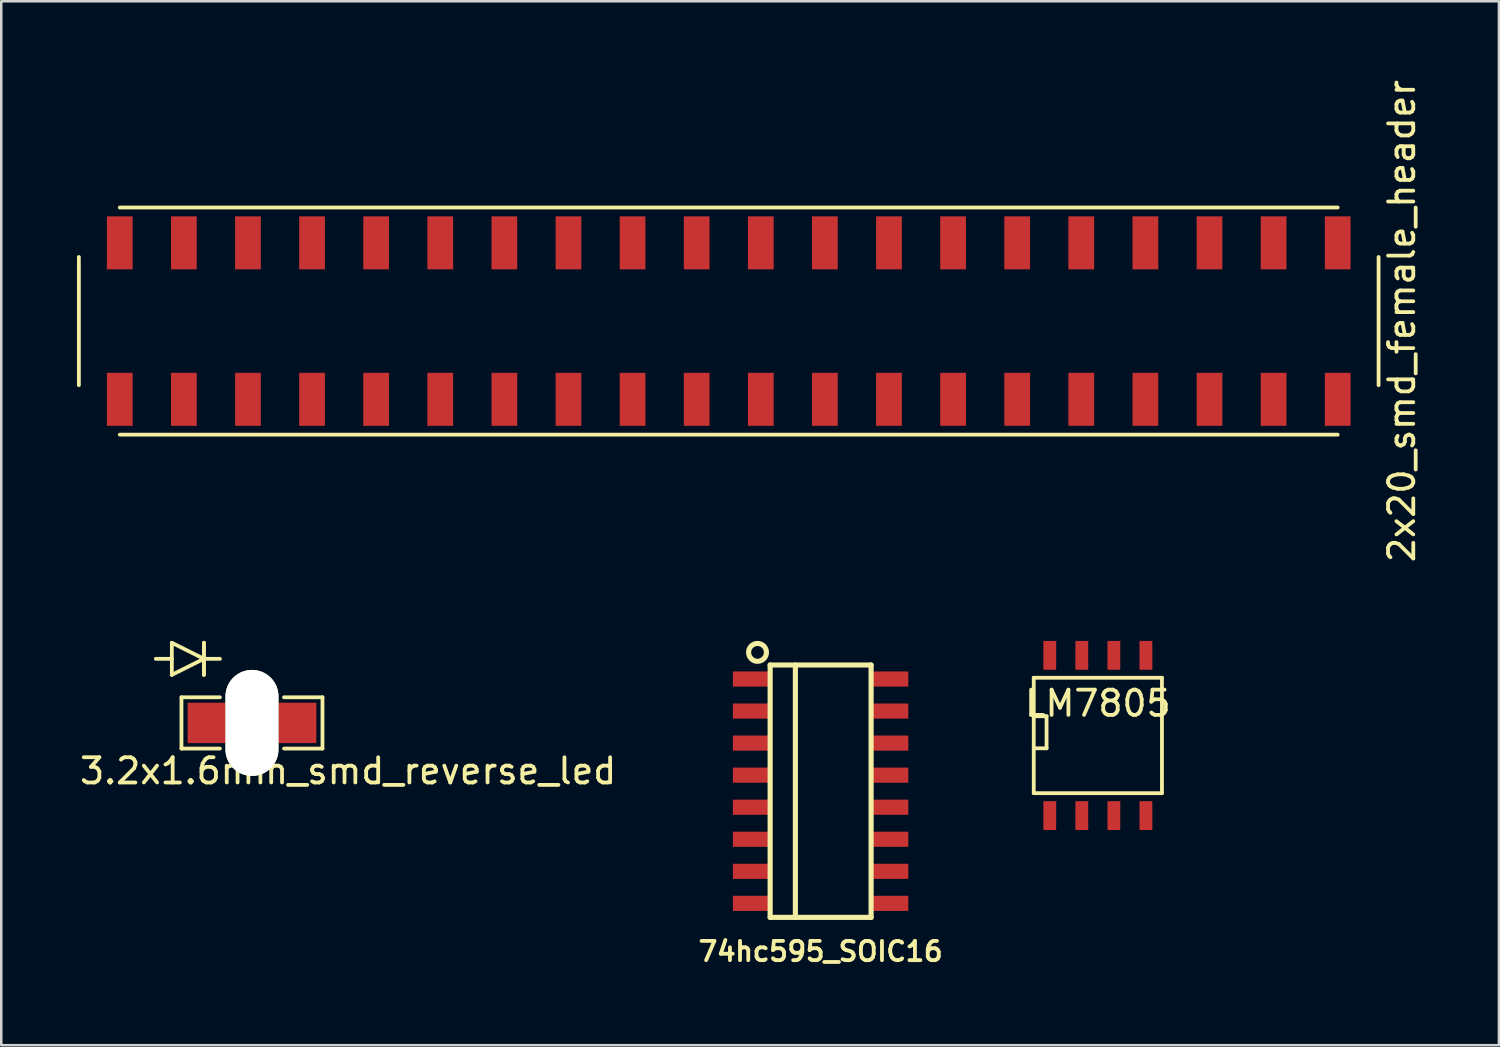
<source format=kicad_pcb>
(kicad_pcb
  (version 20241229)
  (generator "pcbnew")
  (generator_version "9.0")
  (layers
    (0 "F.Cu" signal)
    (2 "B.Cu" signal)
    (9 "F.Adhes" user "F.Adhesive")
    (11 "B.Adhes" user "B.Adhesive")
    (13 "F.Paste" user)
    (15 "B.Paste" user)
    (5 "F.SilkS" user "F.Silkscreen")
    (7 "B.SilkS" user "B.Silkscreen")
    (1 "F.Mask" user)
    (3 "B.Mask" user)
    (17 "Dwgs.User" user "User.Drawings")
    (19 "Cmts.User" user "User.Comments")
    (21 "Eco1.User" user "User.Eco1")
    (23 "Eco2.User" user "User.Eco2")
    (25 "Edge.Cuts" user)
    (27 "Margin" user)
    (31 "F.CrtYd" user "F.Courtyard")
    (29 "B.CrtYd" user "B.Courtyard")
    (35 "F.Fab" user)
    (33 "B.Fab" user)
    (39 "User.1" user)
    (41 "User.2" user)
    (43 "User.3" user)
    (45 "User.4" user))
  (footprint "74hc595_SOIC16"
    (layer "F.Cu")
    (at 29.466 28.3)
    (property "Reference" "74hc595_SOIC16" (at 0 6.35 0) (layer "F.SilkS") (effects (font (size 0.762 0.762) (thickness 0.152))))
    (attr smd)
    (fp_line (start -2 -5) (end -2 5) (stroke (width 0.203) (type solid)) (layer "F.SilkS"))
    (fp_line (start -2 5) (end 2 5) (stroke (width 0.203) (type solid)) (layer "F.SilkS"))
    (fp_line (start -1 -5) (end -1 5) (stroke (width 0.203) (type solid)) (layer "F.SilkS"))
    (fp_line (start 2 -5) (end -2 -5) (stroke (width 0.203) (type solid)) (layer "F.SilkS"))
    (fp_line (start 2 5) (end 2 -5) (stroke (width 0.203) (type solid)) (layer "F.SilkS"))
    (fp_circle (center -2.5 -5.5) (end -2.25 -5.25) (stroke (width 0.203) (type solid)) (fill no) (layer "F.SilkS"))
    (pad "1" smd rect (at -2.7 -4.445) (size 1.55 0.6) (layers "F.Cu" "F.Mask" "F.Paste"))
    (pad "2" smd rect (at -2.7 -3.175) (size 1.55 0.6) (layers "F.Cu" "F.Mask" "F.Paste"))
    (pad "3" smd rect (at -2.7 -1.905) (size 1.55 0.6) (layers "F.Cu" "F.Mask" "F.Paste"))
    (pad "4" smd rect (at -2.7 -0.635) (size 1.55 0.6) (layers "F.Cu" "F.Mask" "F.Paste"))
    (pad "5" smd rect (at -2.7 0.635) (size 1.55 0.6) (layers "F.Cu" "F.Mask" "F.Paste"))
    (pad "6" smd rect (at -2.7 1.905) (size 1.55 0.6) (layers "F.Cu" "F.Mask" "F.Paste"))
    (pad "7" smd rect (at -2.7 3.175) (size 1.55 0.6) (layers "F.Cu" "F.Mask" "F.Paste"))
    (pad "8" smd rect (at -2.7 4.445) (size 1.55 0.6) (layers "F.Cu" "F.Mask" "F.Paste"))
    (pad "9" smd rect (at 2.7 4.445) (size 1.55 0.6) (layers "F.Cu" "F.Mask" "F.Paste"))
    (pad "10" smd rect (at 2.7 3.175) (size 1.55 0.6) (layers "F.Cu" "F.Mask" "F.Paste"))
    (pad "11" smd rect (at 2.7 1.905) (size 1.55 0.6) (layers "F.Cu" "F.Mask" "F.Paste"))
    (pad "12" smd rect (at 2.7 0.635) (size 1.55 0.6) (layers "F.Cu" "F.Mask" "F.Paste"))
    (pad "13" smd rect (at 2.7 -0.635) (size 1.55 0.6) (layers "F.Cu" "F.Mask" "F.Paste"))
    (pad "14" smd rect (at 2.7 -1.905) (size 1.55 0.6) (layers "F.Cu" "F.Mask" "F.Paste"))
    (pad "15" smd rect (at 2.7 -3.175) (size 1.55 0.6) (layers "F.Cu" "F.Mask" "F.Paste"))
    (pad "16" smd rect (at 2.7 -4.445) (size 1.55 0.6) (layers "F.Cu" "F.Mask" "F.Paste")))
  (footprint "2x20_smd_female_header"
    (layer "F.Cu")
    (at 25.825 9.673)
    (property "Reference" "2x20_smd_female_header" (at 26.67 0 90) (layer "F.SilkS") (effects (font (size 1 1) (thickness 0.15))))
    (attr through_hole)
    (fp_line (start -25.75 -2.54) (end -25.75 2.54) (stroke (width 0.15) (type solid)) (layer "F.SilkS"))
    (fp_line (start 24.13 -4.5) (end -24.13 -4.5) (stroke (width 0.15) (type solid)) (layer "F.SilkS"))
    (fp_line (start 24.13 4.5) (end -24.13 4.5) (stroke (width 0.15) (type solid)) (layer "F.SilkS"))
    (fp_line (start 25.75 -2.54) (end 25.75 2.54) (stroke (width 0.15) (type solid)) (layer "F.SilkS"))
    (pad "1" smd rect (at -24.13 3.1) (size 1.02 2.1) (layers "F.Cu" "F.Mask" "F.Paste"))
    (pad "2" smd rect (at -21.59 3.1) (size 1.02 2.1) (layers "F.Cu" "F.Mask" "F.Paste"))
    (pad "3" smd rect (at -19.05 3.1) (size 1.02 2.1) (layers "F.Cu" "F.Mask" "F.Paste"))
    (pad "4" smd rect (at -16.51 3.1) (size 1.02 2.1) (layers "F.Cu" "F.Mask" "F.Paste"))
    (pad "5" smd rect (at -13.97 3.1) (size 1.02 2.1) (layers "F.Cu" "F.Mask" "F.Paste"))
    (pad "6" smd rect (at -11.43 3.1) (size 1.02 2.1) (layers "F.Cu" "F.Mask" "F.Paste"))
    (pad "7" smd rect (at -8.89 3.1) (size 1.02 2.1) (layers "F.Cu" "F.Mask" "F.Paste"))
    (pad "8" smd rect (at -6.35 3.1) (size 1.02 2.1) (layers "F.Cu" "F.Mask" "F.Paste"))
    (pad "9" smd rect (at -3.81 3.1) (size 1.02 2.1) (layers "F.Cu" "F.Mask" "F.Paste"))
    (pad "10" smd rect (at -1.27 3.1) (size 1.02 2.1) (layers "F.Cu" "F.Mask" "F.Paste"))
    (pad "11" smd rect (at 1.27 3.1) (size 1.02 2.1) (layers "F.Cu" "F.Mask" "F.Paste"))
    (pad "12" smd rect (at 3.81 3.1) (size 1.02 2.1) (layers "F.Cu" "F.Mask" "F.Paste"))
    (pad "13" smd rect (at 6.35 3.1) (size 1.02 2.1) (layers "F.Cu" "F.Mask" "F.Paste"))
    (pad "14" smd rect (at 8.89 3.1) (size 1.02 2.1) (layers "F.Cu" "F.Mask" "F.Paste"))
    (pad "15" smd rect (at 11.43 3.1) (size 1.02 2.1) (layers "F.Cu" "F.Mask" "F.Paste"))
    (pad "16" smd rect (at 13.97 3.1) (size 1.02 2.1) (layers "F.Cu" "F.Mask" "F.Paste"))
    (pad "17" smd rect (at 16.51 3.1) (size 1.02 2.1) (layers "F.Cu" "F.Mask" "F.Paste"))
    (pad "18" smd rect (at 19.05 3.1) (size 1.02 2.1) (layers "F.Cu" "F.Mask" "F.Paste"))
    (pad "19" smd rect (at 21.59 3.1) (size 1.02 2.1) (layers "F.Cu" "F.Mask" "F.Paste"))
    (pad "20" smd rect (at 24.13 3.1) (size 1.02 2.1) (layers "F.Cu" "F.Mask" "F.Paste"))
    (pad "21" smd rect (at 24.13 -3.1) (size 1.02 2.1) (layers "F.Cu" "F.Mask" "F.Paste"))
    (pad "22" smd rect (at 21.59 -3.1) (size 1.02 2.1) (layers "F.Cu" "F.Mask" "F.Paste"))
    (pad "23" smd rect (at 19.05 -3.1) (size 1.02 2.1) (layers "F.Cu" "F.Mask" "F.Paste"))
    (pad "24" smd rect (at 16.51 -3.1) (size 1.02 2.1) (layers "F.Cu" "F.Mask" "F.Paste"))
    (pad "25" smd rect (at 13.97 -3.1) (size 1.02 2.1) (layers "F.Cu" "F.Mask" "F.Paste"))
    (pad "26" smd rect (at 11.43 -3.1) (size 1.02 2.1) (layers "F.Cu" "F.Mask" "F.Paste"))
    (pad "27" smd rect (at 8.89 -3.1) (size 1.02 2.1) (layers "F.Cu" "F.Mask" "F.Paste"))
    (pad "28" smd rect (at 6.35 -3.1) (size 1.02 2.1) (layers "F.Cu" "F.Mask" "F.Paste"))
    (pad "29" smd rect (at 3.81 -3.1) (size 1.02 2.1) (layers "F.Cu" "F.Mask" "F.Paste"))
    (pad "30" smd rect (at 1.27 -3.1) (size 1.02 2.1) (layers "F.Cu" "F.Mask" "F.Paste"))
    (pad "31" smd rect (at -1.27 -3.1) (size 1.02 2.1) (layers "F.Cu" "F.Mask" "F.Paste"))
    (pad "32" smd rect (at -3.81 -3.1) (size 1.02 2.1) (layers "F.Cu" "F.Mask" "F.Paste"))
    (pad "33" smd rect (at -6.35 -3.1) (size 1.02 2.1) (layers "F.Cu" "F.Mask" "F.Paste"))
    (pad "34" smd rect (at -8.89 -3.1) (size 1.02 2.1) (layers "F.Cu" "F.Mask" "F.Paste"))
    (pad "35" smd rect (at -11.43 -3.1) (size 1.02 2.1) (layers "F.Cu" "F.Mask" "F.Paste"))
    (pad "36" smd rect (at -13.97 -3.1) (size 1.02 2.1) (layers "F.Cu" "F.Mask" "F.Paste"))
    (pad "37" smd rect (at -16.51 -3.1) (size 1.02 2.1) (layers "F.Cu" "F.Mask" "F.Paste"))
    (pad "38" smd rect (at -19.05 -3.1) (size 1.02 2.1) (layers "F.Cu" "F.Mask" "F.Paste"))
    (pad "39" smd rect (at -21.59 -3.1) (size 1.02 2.1) (layers "F.Cu" "F.Mask" "F.Paste"))
    (pad "40" smd rect (at -24.13 -3.1) (size 1.02 2.1) (layers "F.Cu" "F.Mask" "F.Paste")))
  (footprint "3.2x1.6mm_smd_reverse_led"
    (layer "F.Cu")
    (at 6.934 25.595)
    (property "Reference" "3.2x1.6mm_smd_reverse_led" (at 3.81 1.905 0) (layer "F.SilkS") (effects (font (size 1 1) (thickness 0.15))))
    (attr through_hole)
    (fp_line (start -3.175 -3.175) (end -3.175 -1.905) (stroke (width 0.15) (type solid)) (layer "F.SilkS"))
    (fp_line (start -3.175 -2.54) (end -3.81 -2.54) (stroke (width 0.15) (type solid)) (layer "F.SilkS"))
    (fp_line (start -3.175 -1.905) (end -1.905 -2.54) (stroke (width 0.15) (type solid)) (layer "F.SilkS"))
    (fp_line (start -2.794 -1.016) (end -1.27 -1.016) (stroke (width 0.15) (type solid)) (layer "F.SilkS"))
    (fp_line (start -2.794 1.016) (end -2.794 -1.016) (stroke (width 0.15) (type solid)) (layer "F.SilkS"))
    (fp_line (start -1.905 -3.175) (end -1.905 -1.905) (stroke (width 0.15) (type solid)) (layer "F.SilkS"))
    (fp_line (start -1.905 -2.54) (end -3.175 -3.175) (stroke (width 0.15) (type solid)) (layer "F.SilkS"))
    (fp_line (start -1.905 -2.54) (end -1.905 -3.175) (stroke (width 0.15) (type solid)) (layer "F.SilkS"))
    (fp_line (start -1.905 -2.54) (end -1.27 -2.54) (stroke (width 0.15) (type solid)) (layer "F.SilkS"))
    (fp_line (start -1.905 -1.905) (end -1.905 -2.54) (stroke (width 0.15) (type solid)) (layer "F.SilkS"))
    (fp_line (start -1.27 1.016) (end -2.794 1.016) (stroke (width 0.15) (type solid)) (layer "F.SilkS"))
    (fp_line (start 2.794 -1.016) (end 1.27 -1.016) (stroke (width 0.15) (type solid)) (layer "F.SilkS"))
    (fp_line (start 2.794 -1.016) (end 2.794 1.016) (stroke (width 0.15) (type solid)) (layer "F.SilkS"))
    (fp_line (start 2.794 1.016) (end 1.27 1.016) (stroke (width 0.15) (type solid)) (layer "F.SilkS"))
    (pad "" np_thru_hole oval (at 0 0) (size 2.1 4.2) (drill oval 2.1 4.2) (layers "*.Cu" "*.Mask" "F.SilkS"))
    (pad "1" smd rect (at -1.8 0) (size 1.5 1.6) (layers "F.Cu" "F.Mask" "F.Paste"))
    (pad "2" smd rect (at 1.8 0) (size 1.5 1.6) (layers "F.Cu" "F.Mask" "F.Paste")))
  (footprint "LM7805"
    (layer "F.Cu")
    (at 40.451 26.092)
    (property "Reference" "LM7805" (at 0 -1.27 0) (layer "F.SilkS") (effects (font (size 1 1) (thickness 0.15))))
    (attr smd)
    (fp_line (start -2.54 -2.286) (end 2.54 -2.286) (stroke (width 0.15) (type solid)) (layer "F.SilkS"))
    (fp_line (start -2.54 -0.762) (end -2.032 -0.762) (stroke (width 0.15) (type solid)) (layer "F.SilkS"))
    (fp_line (start -2.54 2.286) (end -2.54 -2.286) (stroke (width 0.15) (type solid)) (layer "F.SilkS"))
    (fp_line (start -2.032 -0.762) (end -2.032 0.508) (stroke (width 0.15) (type solid)) (layer "F.SilkS"))
    (fp_line (start -2.032 0.508) (end -2.54 0.508) (stroke (width 0.15) (type solid)) (layer "F.SilkS"))
    (fp_line (start 2.54 -2.286) (end 2.54 2.286) (stroke (width 0.15) (type solid)) (layer "F.SilkS"))
    (fp_line (start 2.54 2.286) (end -2.54 2.286) (stroke (width 0.15) (type solid)) (layer "F.SilkS"))
    (pad "GND" smd rect (at -0.635 -3.175) (size 0.508 1.143) (layers "F.Cu" "F.Mask" "F.Paste"))
    (pad "GND" smd rect (at -0.635 3.175) (size 0.508 1.143) (layers "F.Cu" "F.Mask" "F.Paste"))
    (pad "GND" smd rect (at 0.635 -3.175) (size 0.508 1.143) (layers "F.Cu" "F.Mask" "F.Paste"))
    (pad "GND" smd rect (at 0.635 3.175) (size 0.508 1.143) (layers "F.Cu" "F.Mask" "F.Paste"))
    (pad "NC" smd rect (at 1.905 -3.175) (size 0.508 1.143) (layers "F.Cu" "F.Mask" "F.Paste"))
    (pad "NC" smd rect (at 1.905 3.175) (size 0.508 1.143) (layers "F.Cu" "F.Mask" "F.Paste"))
    (pad "VI" smd rect (at -1.905 -3.175) (size 0.508 1.143) (layers "F.Cu" "F.Mask" "F.Paste"))
    (pad "VO" smd rect (at -1.905 3.175) (size 0.508 1.143) (layers "F.Cu" "F.Mask" "F.Paste")))
  (gr_rect
    (start -3 -3)
    (end 56.343 38.364)
    (stroke (width 0.1) (type default))
    (fill no)
    (layer "Edge.Cuts")))
</source>
